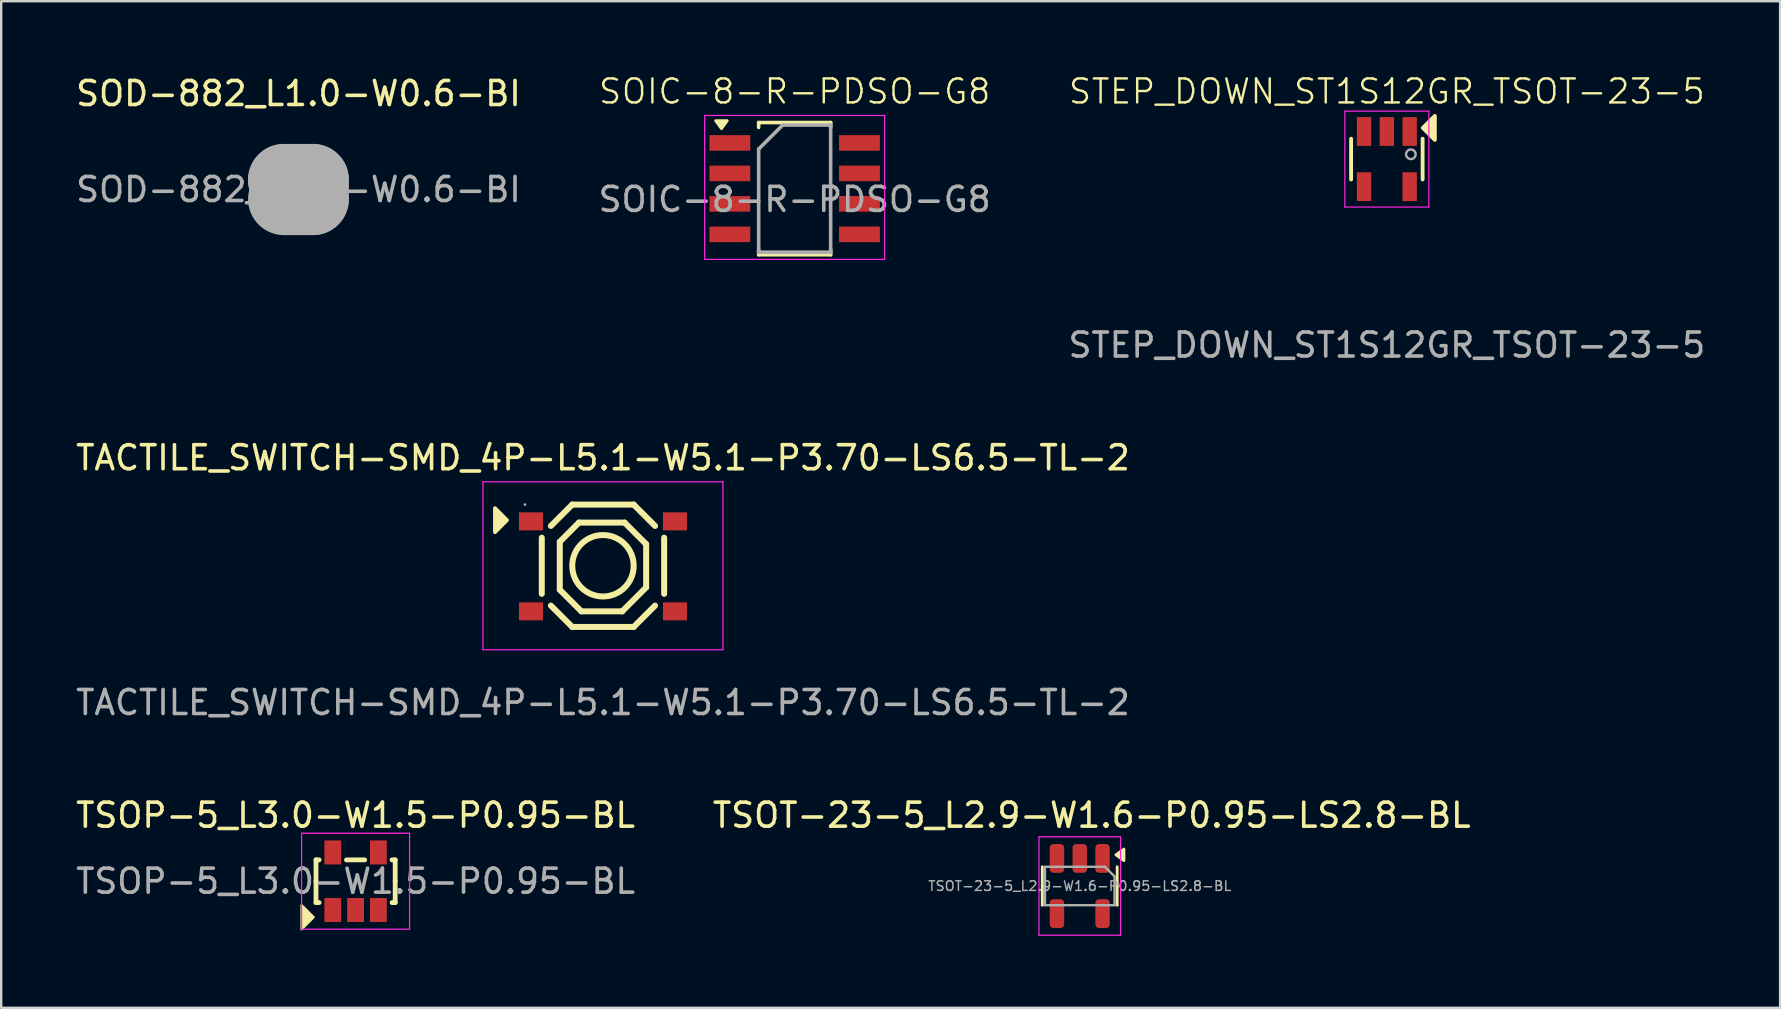
<source format=kicad_pcb>
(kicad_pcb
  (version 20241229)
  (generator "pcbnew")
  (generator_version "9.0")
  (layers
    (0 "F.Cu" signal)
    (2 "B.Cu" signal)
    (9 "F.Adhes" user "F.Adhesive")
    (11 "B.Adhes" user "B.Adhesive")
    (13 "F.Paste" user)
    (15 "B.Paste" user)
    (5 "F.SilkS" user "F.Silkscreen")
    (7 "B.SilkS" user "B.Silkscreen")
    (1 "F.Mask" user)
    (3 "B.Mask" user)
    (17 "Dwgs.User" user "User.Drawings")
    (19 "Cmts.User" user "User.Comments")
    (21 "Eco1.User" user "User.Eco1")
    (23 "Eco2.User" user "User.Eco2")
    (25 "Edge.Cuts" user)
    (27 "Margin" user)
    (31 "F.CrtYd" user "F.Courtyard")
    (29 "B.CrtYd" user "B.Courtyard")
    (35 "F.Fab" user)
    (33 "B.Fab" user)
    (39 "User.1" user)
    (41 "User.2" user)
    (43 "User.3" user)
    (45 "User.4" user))
  (footprint "SOD-882_L1.0-W0.6-BI"
    (layer "F.Cu")
    (at 9.387 4.848)
    (property "Reference" "SOD-882_L1.0-W0.6-BI" (at 0 -4 0) (layer "F.SilkS") (effects (font (size 1 1) (thickness 0.15))))
    (attr smd)
    (fp_line (start -0.75 0.25) (end -0.75 -0.25) (stroke (width 0.1) (type solid)) (layer "F.SilkS"))
    (fp_line (start 0.75 -0.25) (end 0.75 0.25) (stroke (width 0.1) (type solid)) (layer "F.SilkS"))
    (fp_line (start -0.6 -0.4) (end -0.6 -0.4) (stroke (width 3) (type solid)) (layer "F.Fab"))
    (fp_line (start -0.6 -0.4) (end 0.6 -0.4) (stroke (width 3) (type solid)) (layer "F.Fab"))
    (fp_line (start 0.6 -0.4) (end 0.6 0.4) (stroke (width 3) (type solid)) (layer "F.Fab"))
    (fp_line (start 0.6 0.4) (end -0.6 0.4) (stroke (width 3) (type solid)) (layer "F.Fab"))
    (fp_circle (center -0.5 0.3) (end -0.47 0.3) (stroke (width 0.06) (type solid)) (fill no) (layer "F.Fab"))
    (fp_text user "${REFERENCE}" (at 0 0 0) (layer "F.Fab") (effects (font (size 1 1) (thickness 0.15))))
    (pad "1" smd rect (at -0.32 0) (size 0.3 0.6) (layers "F.Cu" "F.Mask" "F.Paste"))
    (pad "2" smd rect (at 0.32 0) (size 0.3 0.6) (layers "F.Cu" "F.Mask" "F.Paste")))
  (footprint "TSOP-5_L3.0-W1.5-P0.95-BL"
    (layer "F.Cu")
    (at 11.768 33.673)
    (property "Reference" "TSOP-5_L3.0-W1.5-P0.95-BL" (at 0 -2.75 0) (layer "F.SilkS") (effects (font (size 1 1) (thickness 0.15))))
    (attr smd)
    (fp_line (start -1.65 -0.89) (end -1.52 -0.89) (stroke (width 0.2) (type solid)) (layer "F.SilkS"))
    (fp_line (start -1.65 0) (end -1.65 -0.89) (stroke (width 0.2) (type solid)) (layer "F.SilkS"))
    (fp_line (start -1.65 0) (end -1.65 0.89) (stroke (width 0.2) (type solid)) (layer "F.SilkS"))
    (fp_line (start -1.65 0.89) (end -1.52 0.89) (stroke (width 0.2) (type solid)) (layer "F.SilkS"))
    (fp_line (start 0.38 -0.89) (end -0.38 -0.89) (stroke (width 0.2) (type solid)) (layer "F.SilkS"))
    (fp_line (start 1.65 -0.89) (end 1.52 -0.89) (stroke (width 0.2) (type solid)) (layer "F.SilkS"))
    (fp_line (start 1.65 0) (end 1.65 -0.89) (stroke (width 0.2) (type solid)) (layer "F.SilkS"))
    (fp_line (start 1.65 0) (end 1.65 0.89) (stroke (width 0.2) (type solid)) (layer "F.SilkS"))
    (fp_line (start 1.65 0.89) (end 1.52 0.89) (stroke (width 0.2) (type solid)) (layer "F.SilkS"))
    (fp_poly (pts (xy -2.25 1) (xy -1.75 1.5) (xy -2.25 2)) (stroke (width 0.1) (type solid)) (fill yes) (layer "F.SilkS"))
    (fp_line (start -2.25 -2) (end 2.25 -2) (stroke (width 0.05) (type default)) (layer "F.CrtYd"))
    (fp_line (start -2.25 2) (end -2.25 -2) (stroke (width 0.05) (type default)) (layer "F.CrtYd"))
    (fp_line (start 2.25 -2) (end 2.25 2) (stroke (width 0.05) (type default)) (layer "F.CrtYd"))
    (fp_line (start 2.25 2) (end -2.25 2) (stroke (width 0.05) (type default)) (layer "F.CrtYd"))
    (fp_text user "${REFERENCE}" (at 0 0 0) (layer "F.Fab") (effects (font (size 1 1) (thickness 0.15))))
    (pad "1" smd rect (at -0.95 1.2) (size 0.7 1) (layers "F.Cu" "F.Mask" "F.Paste"))
    (pad "2" smd rect (at 0 1.2) (size 0.7 1) (layers "F.Cu" "F.Mask" "F.Paste"))
    (pad "3" smd rect (at 0.95 1.2) (size 0.7 1) (layers "F.Cu" "F.Mask" "F.Paste"))
    (pad "4" smd rect (at 0.95 -1.2) (size 0.7 1) (layers "F.Cu" "F.Mask" "F.Paste"))
    (pad "5" smd rect (at -0.95 -1.2) (size 0.7 1) (layers "F.Cu" "F.Mask" "F.Paste")))
  (footprint "SOIC-8-R-PDSO-G8"
    (layer "F.Cu")
    (at 30.065 4.761)
    (property "Reference" "SOIC-8-R-PDSO-G8" (at 0 -4 0) (unlocked yes) (layer "F.SilkS") (effects (font (size 1 1) (thickness 0.1))))
    (attr smd)
    (fp_line (start -1.5 -2.705) (end -1.5 -2.5) (stroke (width 0.15) (type solid)) (layer "F.SilkS"))
    (fp_line (start -1.5 -2.705) (end 1.5 -2.705) (stroke (width 0.15) (type solid)) (layer "F.SilkS"))
    (fp_line (start -1.5 2.805) (end -1.5 2.6) (stroke (width 0.15) (type solid)) (layer "F.SilkS"))
    (fp_line (start -1.5 2.805) (end 1.5 2.805) (stroke (width 0.15) (type solid)) (layer "F.SilkS"))
    (fp_line (start 1.5 -2.705) (end 1.5 -2.5) (stroke (width 0.15) (type solid)) (layer "F.SilkS"))
    (fp_line (start 1.5 2.805) (end 1.5 2.6) (stroke (width 0.15) (type solid)) (layer "F.SilkS"))
    (fp_poly (pts (xy -3.05 -2.45) (xy -3.29 -2.78) (xy -2.81 -2.78) (xy -3.05 -2.45)) (stroke (width 0.12) (type solid)) (fill yes) (layer "F.SilkS"))
    (fp_line (start -3.75 -3) (end -3.75 3) (stroke (width 0.05) (type solid)) (layer "F.CrtYd"))
    (fp_line (start -3.75 -3) (end 3.75 -3) (stroke (width 0.05) (type solid)) (layer "F.CrtYd"))
    (fp_line (start -3.75 3) (end 3.75 3) (stroke (width 0.05) (type solid)) (layer "F.CrtYd"))
    (fp_line (start 3.75 -3) (end 3.75 3) (stroke (width 0.05) (type solid)) (layer "F.CrtYd"))
    (fp_line (start -1.5 -1.6) (end -0.5 -2.6) (stroke (width 0.15) (type solid)) (layer "F.Fab"))
    (fp_line (start -1.5 2.7) (end -1.5 -1.6) (stroke (width 0.15) (type solid)) (layer "F.Fab"))
    (fp_line (start -0.5 -2.6) (end 1.5 -2.6) (stroke (width 0.15) (type solid)) (layer "F.Fab"))
    (fp_line (start 1.5 -2.6) (end 1.5 2.7) (stroke (width 0.15) (type solid)) (layer "F.Fab"))
    (fp_line (start 1.5 2.7) (end -1.5 2.7) (stroke (width 0.15) (type solid)) (layer "F.Fab"))
    (fp_text user "${REFERENCE}" (at 0 0.5 0) (unlocked yes) (layer "F.Fab") (effects (font (size 1 1) (thickness 0.15))))
    (pad "1" smd rect (at -2.7 -1.855) (size 1.7 0.65) (layers "F.Cu" "F.Mask" "F.Paste"))
    (pad "2" smd rect (at -2.7 -0.585) (size 1.7 0.65) (layers "F.Cu" "F.Mask" "F.Paste"))
    (pad "3" smd rect (at -2.7 0.685) (size 1.7 0.65) (layers "F.Cu" "F.Mask" "F.Paste"))
    (pad "4" smd rect (at -2.7 1.955) (size 1.7 0.65) (layers "F.Cu" "F.Mask" "F.Paste"))
    (pad "5" smd rect (at 2.7 1.955) (size 1.7 0.65) (layers "F.Cu" "F.Mask" "F.Paste"))
    (pad "6" smd rect (at 2.7 0.685) (size 1.7 0.65) (layers "F.Cu" "F.Mask" "F.Paste"))
    (pad "7" smd rect (at 2.7 -0.585) (size 1.7 0.65) (layers "F.Cu" "F.Mask" "F.Paste"))
    (pad "8" smd rect (at 2.7 -1.855) (size 1.7 0.65) (layers "F.Cu" "F.Mask" "F.Paste")))
  (footprint "TSOT-23-5_L2.9-W1.6-P0.95-LS2.8-BL"
    (layer "F.Cu")
    (at 41.946 33.923)
    (property "Reference" "TSOT-23-5_L2.9-W1.6-P0.95-LS2.8-BL" (at 0.5 -3 0) (layer "F.SilkS") (effects (font (size 1 1) (thickness 0.15))))
    (attr smd)
    (fp_line (start -1.56 -0.05) (end -1.56 -0.85) (stroke (width 0.12) (type solid)) (layer "F.SilkS"))
    (fp_line (start -1.56 -0.05) (end -1.56 0.75) (stroke (width 0.12) (type solid)) (layer "F.SilkS"))
    (fp_line (start 1.56 -0.05) (end 1.56 -0.85) (stroke (width 0.12) (type solid)) (layer "F.SilkS"))
    (fp_line (start 1.56 -0.05) (end 1.56 0.75) (stroke (width 0.12) (type solid)) (layer "F.SilkS"))
    (fp_poly (pts (xy 1.51 -1.35) (xy 1.84 -1.59) (xy 1.84 -1.11) (xy 1.51 -1.35)) (stroke (width 0.12) (type solid)) (fill yes) (layer "F.SilkS"))
    (fp_line (start -1.7 -2.1) (end -1.7 2) (stroke (width 0.05) (type solid)) (layer "F.CrtYd"))
    (fp_line (start -1.7 2) (end 1.7 2) (stroke (width 0.05) (type solid)) (layer "F.CrtYd"))
    (fp_line (start 1.7 -2.1) (end -1.7 -2.1) (stroke (width 0.05) (type solid)) (layer "F.CrtYd"))
    (fp_line (start 1.7 2) (end 1.7 -2.1) (stroke (width 0.05) (type solid)) (layer "F.CrtYd"))
    (fp_line (start -1.45 -0.85) (end 1.05 -0.85) (stroke (width 0.1) (type solid)) (layer "F.Fab"))
    (fp_line (start -1.45 0.75) (end -1.45 -0.85) (stroke (width 0.1) (type solid)) (layer "F.Fab"))
    (fp_line (start 1.05 -0.85) (end 1.45 -0.45) (stroke (width 0.1) (type solid)) (layer "F.Fab"))
    (fp_line (start 1.45 -0.45) (end 1.45 0.75) (stroke (width 0.1) (type solid)) (layer "F.Fab"))
    (fp_line (start 1.45 0.75) (end -1.45 0.75) (stroke (width 0.1) (type solid)) (layer "F.Fab"))
    (fp_text user "${REFERENCE}" (at 0 -0.05 0) (layer "F.Fab") (effects (font (size 0.4 0.4) (thickness 0.06))))
    (pad "1" smd roundrect (at 0.95 -1.2 270) (size 1.2 0.6) (layers "F.Cu" "F.Mask" "F.Paste") (roundrect_rratio 0.25))
    (pad "2" smd roundrect (at 0 -1.2 270) (size 1.2 0.6) (layers "F.Cu" "F.Mask" "F.Paste") (roundrect_rratio 0.25))
    (pad "3" smd roundrect (at -0.95 -1.2 270) (size 1.2 0.6) (layers "F.Cu" "F.Mask" "F.Paste") (roundrect_rratio 0.25))
    (pad "4" smd roundrect (at -0.95 1.1 270) (size 1.2 0.6) (layers "F.Cu" "F.Mask" "F.Paste") (roundrect_rratio 0.25))
    (pad "5" smd roundrect (at 0.95 1.1 270) (size 1.2 0.6) (layers "F.Cu" "F.Mask" "F.Paste") (roundrect_rratio 0.25)))
  (footprint "STEP_DOWN_ST1S12GR_TSOT-23-5"
    (layer "F.Cu")
    (at 54.744 3.58)
    (property "Reference" "STEP_DOWN_ST1S12GR_TSOT-23-5" (at 0 -2.82 0) (unlocked yes) (layer "F.SilkS") (effects (font (size 1 1) (thickness 0.1))))
    (attr smd)
    (fp_line (start -1.49 -0.85) (end -1.49 0.85) (stroke (width 0.16) (type default)) (layer "F.SilkS"))
    (fp_line (start 1.49 -0.85) (end 1.49 0.85) (stroke (width 0.16) (type default)) (layer "F.SilkS"))
    (fp_poly (pts (xy 2 -0.8) (xy 1.5 -1.3) (xy 2 -1.8)) (stroke (width 0.16) (type solid)) (fill yes) (layer "F.SilkS"))
    (fp_line (start -1.75 -2) (end 1.75 -2) (stroke (width 0.05) (type default)) (layer "F.CrtYd"))
    (fp_line (start -1.75 2) (end -1.75 -2) (stroke (width 0.05) (type default)) (layer "F.CrtYd"))
    (fp_line (start 1.75 -2) (end 1.75 2) (stroke (width 0.05) (type default)) (layer "F.CrtYd"))
    (fp_line (start 1.75 2) (end -1.75 2) (stroke (width 0.05) (type default)) (layer "F.CrtYd"))
    (fp_circle (center 1 -0.2) (end 1.2 -0.2) (stroke (width 0.1) (type default)) (fill no) (layer "F.Fab"))
    (fp_text user "${REFERENCE}" (at 0 7.75 0) (unlocked yes) (layer "F.Fab") (effects (font (size 1 1) (thickness 0.15))))
    (dimension (type aligned) (layer "User.1") (pts (xy 55.994 1.831) (xy 55.994 3.03)) (height 0.75) (format (prefix "") (suffix "") (units 3) (units_format 1) (precision 4)) (style (thickness 0.01) (arrow_length 0.01) (text_position_mode 2) (arrow_direction outward) (extension_height 0) (extension_offset 0) (keep_text_aligned yes)) (gr_text "1.2000 mm" (at 55.244 2.381 90) (layer "User.1") (effects (font (size 0.1 0.1) (thickness 0.15)))))
    (dimension (type aligned) (layer "User.1") (pts (xy 53.794 1.831) (xy 54.744 1.831)) (height -0.05) (format (prefix "") (suffix "") (units 3) (units_format 1) (precision 4)) (style (thickness 0.01) (arrow_length 0.01) (text_position_mode 2) (arrow_direction outward) (extension_height 0) (extension_offset 0) (keep_text_aligned yes)) (gr_text "0.9500 mm" (at 54.344 1.681 0) (layer "User.1") (effects (font (size 0.1 0.1) (thickness 0.15)))))
    (dimension (type aligned) (layer "User.1") (pts (xy 55.394 1.831) (xy 55.994 1.831)) (height -0.05) (format (prefix "") (suffix "") (units 3) (units_format 1) (precision 4)) (style (thickness 0.01) (arrow_length 0.01) (text_position_mode 2) (arrow_direction outward) (extension_height 0) (extension_offset 0) (keep_text_aligned yes)) (gr_text "0.6000 mm" (at 55.744 1.681 0) (layer "User.1") (effects (font (size 0.1 0.1) (thickness 0.15)))))
    (dimension (type aligned) (layer "User.1") (pts (xy 53.794 4.731) (xy 53.794 2.43)) (height -0.88) (format (prefix "") (suffix "") (units 3) (units_format 1) (precision 4)) (style (thickness 0.01) (arrow_length 0.01) (text_position_mode 2) (arrow_direction outward) (extension_height 0) (extension_offset 0) (keep_text_aligned yes)) (gr_text "2.3000 mm" (at 52.904 3.58 90) (layer "User.1") (effects (font (size 0.1 0.1) (thickness 0.15)))))
    (dimension (type aligned) (layer "User.1") (pts (xy 55.994 3.03) (xy 55.994 4.13)) (height -0.62) (format (prefix "") (suffix "") (units 3) (units_format 1) (precision 4)) (style (thickness 0.01) (arrow_length 0.01) (text_position_mode 2) (arrow_direction outward) (extension_height 0) (extension_offset 0) (keep_text_aligned yes)) (gr_text "1.1000 mm" (at 56.623 3.579 90) (layer "User.1") (effects (font (size 0.1 0.1) (thickness 0.15)))))
    (dimension (type aligned) (layer "User.1") (pts (xy 53.794 5.33) (xy 53.794 1.831)) (height -1.05) (format (prefix "") (suffix "") (units 3) (units_format 1) (precision 4)) (style (thickness 0.01) (arrow_length 0.01) (text_position_mode 2) (arrow_direction outward) (extension_height 0) (extension_offset 0) (keep_text_aligned yes)) (gr_text "3.5000 mm" (at 52.744 3.58 90) (layer "User.1") (effects (font (size 0.1 0.1) (thickness 0.15)))))
    (pad "1" smd rect (at 0.95 -1.15) (size 0.6 1.2) (layers "F.Cu" "F.Mask" "F.Paste"))
    (pad "2" smd rect (at 0 -1.15) (size 0.6 1.2) (layers "F.Cu" "F.Mask" "F.Paste"))
    (pad "3" smd rect (at -0.95 -1.15) (size 0.6 1.2) (layers "F.Cu" "F.Mask" "F.Paste"))
    (pad "4" smd rect (at -0.95 1.15) (size 0.6 1.2) (layers "F.Cu" "F.Mask" "F.Paste"))
    (pad "5" smd rect (at 0.95 1.15) (size 0.6 1.2) (layers "F.Cu" "F.Mask" "F.Paste")))
  (footprint "TACTILE_SWITCH-SMD_4P-L5.1-W5.1-P3.70-LS6.5-TL-2"
    (layer "F.Cu")
    (at 22.077 20.527)
    (property "Reference" "TACTILE_SWITCH-SMD_4P-L5.1-W5.1-P3.70-LS6.5-TL-2" (at 0 -4.5 0) (layer "F.SilkS") (effects (font (size 1 1) (thickness 0.15))))
    (attr smd)
    (fp_line (start -2.55 -1.17) (end -2.55 1.17) (stroke (width 0.25) (type solid)) (layer "F.SilkS"))
    (fp_line (start -2.17 1.66) (end -1.28 2.55) (stroke (width 0.25) (type solid)) (layer "F.SilkS"))
    (fp_line (start -1.8 -1) (end -1 -1.8) (stroke (width 0.25) (type solid)) (layer "F.SilkS"))
    (fp_line (start -1.8 1) (end -1.8 -1) (stroke (width 0.25) (type solid)) (layer "F.SilkS"))
    (fp_line (start -1.28 -2.55) (end -2.17 -1.66) (stroke (width 0.25) (type solid)) (layer "F.SilkS"))
    (fp_line (start -1.28 -2.55) (end 1.28 -2.55) (stroke (width 0.25) (type solid)) (layer "F.SilkS"))
    (fp_line (start -1.28 2.55) (end 1.28 2.55) (stroke (width 0.25) (type solid)) (layer "F.SilkS"))
    (fp_line (start -1 -1.8) (end 0.9 -1.8) (stroke (width 0.25) (type solid)) (layer "F.SilkS"))
    (fp_line (start -0.9 1.9) (end -1.8 1) (stroke (width 0.25) (type solid)) (layer "F.SilkS"))
    (fp_line (start 0.8 1.9) (end -0.9 1.9) (stroke (width 0.25) (type solid)) (layer "F.SilkS"))
    (fp_line (start 0.9 -1.8) (end 1.8 -0.9) (stroke (width 0.25) (type solid)) (layer "F.SilkS"))
    (fp_line (start 1.28 -2.55) (end 2.17 -1.66) (stroke (width 0.25) (type solid)) (layer "F.SilkS"))
    (fp_line (start 1.8 -0.9) (end 1.8 0.9) (stroke (width 0.25) (type solid)) (layer "F.SilkS"))
    (fp_line (start 1.8 0.9) (end 0.8 1.9) (stroke (width 0.25) (type solid)) (layer "F.SilkS"))
    (fp_line (start 2.17 1.66) (end 1.28 2.55) (stroke (width 0.25) (type solid)) (layer "F.SilkS"))
    (fp_line (start 2.55 -1.17) (end 2.55 1.17) (stroke (width 0.25) (type solid)) (layer "F.SilkS"))
    (fp_circle (center 0 0) (end 1.28 0) (stroke (width 0.25) (type solid)) (fill no) (layer "F.SilkS"))
    (fp_poly (pts (xy -4.5 -2.4) (xy -4 -1.9) (xy -4.5 -1.4)) (stroke (width 0.16) (type solid)) (fill yes) (layer "F.SilkS"))
    (fp_line (start -5 -3.5) (end 5 -3.5) (stroke (width 0.05) (type default)) (layer "F.CrtYd"))
    (fp_line (start -5 3.5) (end -5 -3.5) (stroke (width 0.05) (type default)) (layer "F.CrtYd"))
    (fp_line (start 5 -3.5) (end 5 3.5) (stroke (width 0.05) (type default)) (layer "F.CrtYd"))
    (fp_line (start 5 3.5) (end -5 3.5) (stroke (width 0.05) (type default)) (layer "F.CrtYd"))
    (fp_circle (center -3.25 -2.55) (end -3.22 -2.55) (stroke (width 0.06) (type solid)) (fill no) (layer "F.Fab"))
    (fp_text user "${REFERENCE}" (at 0 5.7 0) (layer "F.Fab") (effects (font (size 1 1) (thickness 0.15))))
    (dimension (type aligned) (layer "User.1") (pts (xy 19.577 18.677) (xy 24.577 18.677)) (height -0.95) (format (prefix "") (suffix "") (units 3) (units_format 1) (precision 4)) (style (thickness 0.01) (arrow_length 0.01) (text_position_mode 2) (arrow_direction outward) (extension_height 0) (extension_offset 0) (keep_text_aligned yes)) (gr_text "5.0000 mm" (at 22.077 17.727 0) (layer "User.1") (effects (font (size 0.1 0.1) (thickness 0.15)))))
    (dimension (type aligned) (layer "User.1") (pts (xy 18.577 18.302) (xy 19.577 18.302)) (height -0.05) (format (prefix "") (suffix "") (units 3) (units_format 1) (precision 4)) (style (thickness 0.01) (arrow_length 0.01) (text_position_mode 2) (arrow_direction outward) (extension_height 0) (extension_offset 0) (keep_text_aligned yes)) (gr_text "1.0000 mm" (at 19.077 18.227 0) (layer "User.1") (effects (font (size 0.1 0.1) (thickness 0.15)))))
    (dimension (type aligned) (layer "User.1") (pts (xy 18.577 19.052) (xy 18.577 18.302)) (height -0.05) (format (prefix "") (suffix "") (units 3) (units_format 1) (precision 4)) (style (thickness 0.01) (arrow_length 0.01) (text_position_mode 2) (arrow_direction outward) (extension_height 0) (extension_offset 0) (keep_text_aligned yes)) (gr_text "0.7500 mm" (at 18.477 18.627 90) (layer "User.1") (effects (font (size 0.1 0.1) (thickness 0.15)))))
    (dimension (type aligned) (layer "User.1") (pts (xy 18.577 18.302) (xy 25.577 18.302)) (height -0.95) (format (prefix "") (suffix "") (units 3) (units_format 1) (precision 4)) (style (thickness 0.01) (arrow_length 0.01) (text_position_mode 2) (arrow_direction outward) (extension_height 0) (extension_offset 0) (keep_text_aligned yes)) (gr_text "7.0000 mm" (at 22.077 17.327 0) (layer "User.1") (effects (font (size 0.1 0.1) (thickness 0.15)))))
    (dimension (type aligned) (layer "User.1") (pts (xy 25.577 19.052) (xy 25.577 22.052)) (height -0.4) (format (prefix "") (suffix "") (units 3) (units_format 1) (precision 4)) (style (thickness 0.01) (arrow_length 0.01) (text_position_mode 2) (arrow_direction outward) (extension_height 0) (extension_offset 0) (keep_text_aligned yes)) (gr_text "3.0000 mm" (at 25.977 20.527 90) (layer "User.1") (effects (font (size 0.1 0.1) (thickness 0.15)))))
    (dimension (type aligned) (layer "User.1") (pts (xy 25.577 18.302) (xy 25.577 22.802)) (height -0.95) (format (prefix "") (suffix "") (units 3) (units_format 1) (precision 4)) (style (thickness 0.01) (arrow_length 0.01) (text_position_mode 2) (arrow_direction outward) (extension_height 0) (extension_offset 0) (keep_text_aligned yes)) (gr_text "4.5000 mm" (at 26.577 20.427 90) (layer "User.1") (effects (font (size 0.1 0.1) (thickness 0.15)))))
    (pad "1" smd rect (at -3 -1.85) (size 1 0.75) (layers "F.Cu" "F.Mask" "F.Paste"))
    (pad "1" smd rect (at 3 -1.85) (size 1 0.75) (layers "F.Cu" "F.Mask" "F.Paste"))
    (pad "2" smd rect (at -3 1.9) (size 1 0.75) (layers "F.Cu" "F.Mask" "F.Paste"))
    (pad "2" smd rect (at 3 1.9) (size 1 0.75) (layers "F.Cu" "F.Mask" "F.Paste")))
  (gr_rect
    (start -3 -3)
    (end 71.131 38.949)
    (stroke (width 0.1) (type default))
    (fill no)
    (layer "Edge.Cuts")))
</source>
